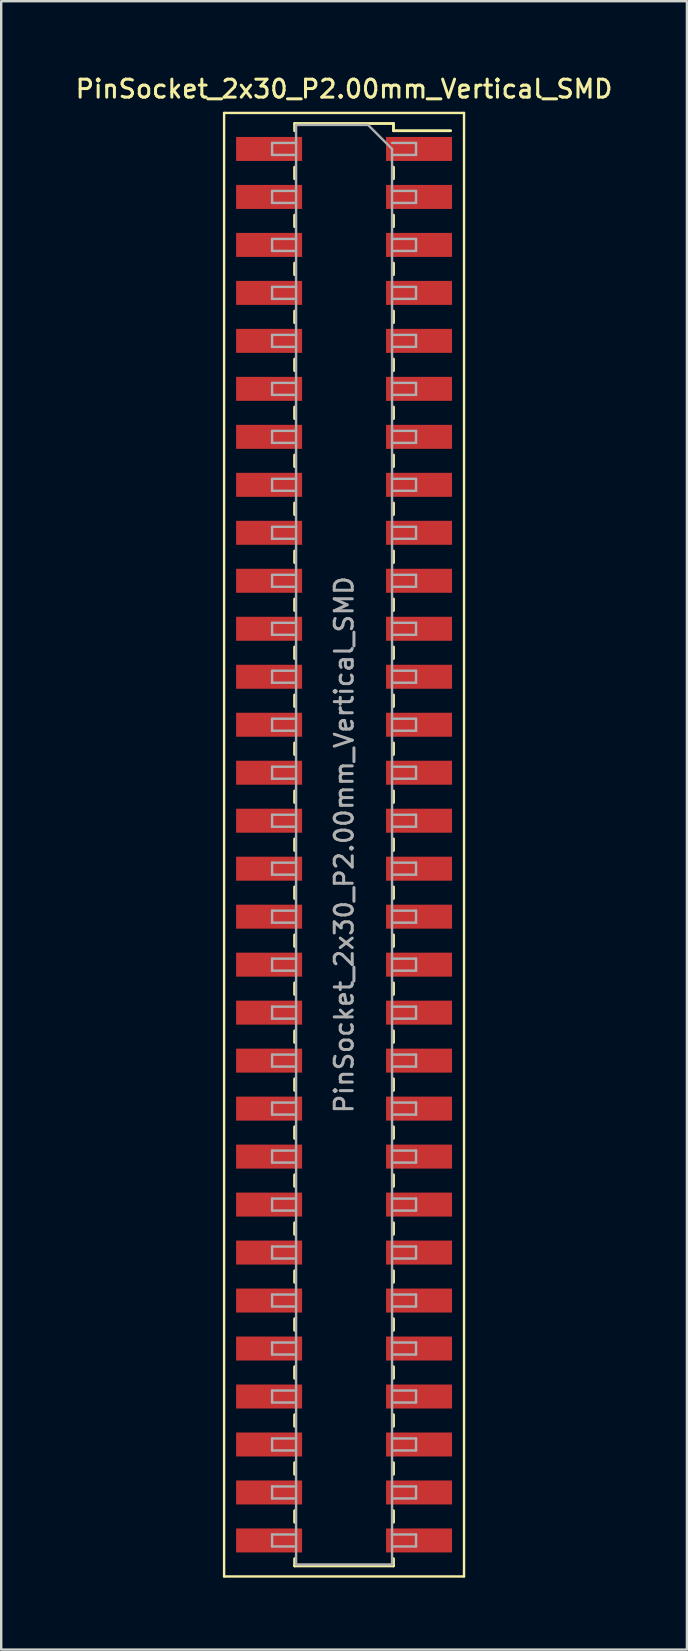
<source format=kicad_pcb>
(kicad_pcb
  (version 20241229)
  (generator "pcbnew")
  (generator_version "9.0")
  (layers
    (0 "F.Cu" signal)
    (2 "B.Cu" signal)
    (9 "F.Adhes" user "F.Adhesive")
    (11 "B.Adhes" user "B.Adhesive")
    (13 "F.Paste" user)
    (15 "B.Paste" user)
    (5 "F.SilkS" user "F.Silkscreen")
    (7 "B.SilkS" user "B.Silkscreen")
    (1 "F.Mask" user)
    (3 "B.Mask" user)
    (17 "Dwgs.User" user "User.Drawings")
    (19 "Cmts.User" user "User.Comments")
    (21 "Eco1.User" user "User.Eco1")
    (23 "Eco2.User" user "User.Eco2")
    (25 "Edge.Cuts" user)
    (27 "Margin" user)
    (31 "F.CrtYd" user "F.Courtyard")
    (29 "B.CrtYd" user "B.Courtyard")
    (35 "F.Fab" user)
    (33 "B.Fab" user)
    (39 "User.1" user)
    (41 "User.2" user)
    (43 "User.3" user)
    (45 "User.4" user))
  (footprint "PinSocket_2x30_P2.00mm_Vertical_SMD"
    (layer "F.Cu")
    (at 11.291 32.158)
    (property "Reference" "PinSocket_2x30_P2.00mm_Vertical_SMD" (at 0 -31.5 0) (layer "F.SilkS") (effects (font (size 0.75 0.75) (thickness 0.125))))
    (attr smd)
    (fp_line (start -5 -30.5) (end 5 -30.5) (stroke (width 0.1) (type solid)) (layer "F.SilkS"))
    (fp_line (start -5 30.5) (end -5 -30.5) (stroke (width 0.1) (type solid)) (layer "F.SilkS"))
    (fp_line (start -2.06 -30.06) (end -2.06 -29.76) (stroke (width 0.12) (type solid)) (layer "F.SilkS"))
    (fp_line (start -2.06 -30.06) (end 2.06 -30.06) (stroke (width 0.12) (type solid)) (layer "F.SilkS"))
    (fp_line (start -2.06 -28.24) (end -2.06 -27.76) (stroke (width 0.12) (type solid)) (layer "F.SilkS"))
    (fp_line (start -2.06 -26.24) (end -2.06 -25.76) (stroke (width 0.12) (type solid)) (layer "F.SilkS"))
    (fp_line (start -2.06 -24.24) (end -2.06 -23.76) (stroke (width 0.12) (type solid)) (layer "F.SilkS"))
    (fp_line (start -2.06 -22.24) (end -2.06 -21.76) (stroke (width 0.12) (type solid)) (layer "F.SilkS"))
    (fp_line (start -2.06 -20.24) (end -2.06 -19.76) (stroke (width 0.12) (type solid)) (layer "F.SilkS"))
    (fp_line (start -2.06 -18.24) (end -2.06 -17.76) (stroke (width 0.12) (type solid)) (layer "F.SilkS"))
    (fp_line (start -2.06 -16.24) (end -2.06 -15.76) (stroke (width 0.12) (type solid)) (layer "F.SilkS"))
    (fp_line (start -2.06 -14.24) (end -2.06 -13.76) (stroke (width 0.12) (type solid)) (layer "F.SilkS"))
    (fp_line (start -2.06 -12.24) (end -2.06 -11.76) (stroke (width 0.12) (type solid)) (layer "F.SilkS"))
    (fp_line (start -2.06 -10.24) (end -2.06 -9.76) (stroke (width 0.12) (type solid)) (layer "F.SilkS"))
    (fp_line (start -2.06 -8.24) (end -2.06 -7.76) (stroke (width 0.12) (type solid)) (layer "F.SilkS"))
    (fp_line (start -2.06 -6.24) (end -2.06 -5.76) (stroke (width 0.12) (type solid)) (layer "F.SilkS"))
    (fp_line (start -2.06 -4.24) (end -2.06 -3.76) (stroke (width 0.12) (type solid)) (layer "F.SilkS"))
    (fp_line (start -2.06 -2.24) (end -2.06 -1.76) (stroke (width 0.12) (type solid)) (layer "F.SilkS"))
    (fp_line (start -2.06 -0.24) (end -2.06 0.24) (stroke (width 0.12) (type solid)) (layer "F.SilkS"))
    (fp_line (start -2.06 1.76) (end -2.06 2.24) (stroke (width 0.12) (type solid)) (layer "F.SilkS"))
    (fp_line (start -2.06 3.76) (end -2.06 4.24) (stroke (width 0.12) (type solid)) (layer "F.SilkS"))
    (fp_line (start -2.06 5.76) (end -2.06 6.24) (stroke (width 0.12) (type solid)) (layer "F.SilkS"))
    (fp_line (start -2.06 7.76) (end -2.06 8.24) (stroke (width 0.12) (type solid)) (layer "F.SilkS"))
    (fp_line (start -2.06 9.76) (end -2.06 10.24) (stroke (width 0.12) (type solid)) (layer "F.SilkS"))
    (fp_line (start -2.06 11.76) (end -2.06 12.24) (stroke (width 0.12) (type solid)) (layer "F.SilkS"))
    (fp_line (start -2.06 13.76) (end -2.06 14.24) (stroke (width 0.12) (type solid)) (layer "F.SilkS"))
    (fp_line (start -2.06 15.76) (end -2.06 16.24) (stroke (width 0.12) (type solid)) (layer "F.SilkS"))
    (fp_line (start -2.06 17.76) (end -2.06 18.24) (stroke (width 0.12) (type solid)) (layer "F.SilkS"))
    (fp_line (start -2.06 19.76) (end -2.06 20.24) (stroke (width 0.12) (type solid)) (layer "F.SilkS"))
    (fp_line (start -2.06 21.76) (end -2.06 22.24) (stroke (width 0.12) (type solid)) (layer "F.SilkS"))
    (fp_line (start -2.06 23.76) (end -2.06 24.24) (stroke (width 0.12) (type solid)) (layer "F.SilkS"))
    (fp_line (start -2.06 25.76) (end -2.06 26.24) (stroke (width 0.12) (type solid)) (layer "F.SilkS"))
    (fp_line (start -2.06 27.76) (end -2.06 28.24) (stroke (width 0.12) (type solid)) (layer "F.SilkS"))
    (fp_line (start -2.06 29.76) (end -2.06 30.06) (stroke (width 0.12) (type solid)) (layer "F.SilkS"))
    (fp_line (start -2.06 30.06) (end 2.06 30.06) (stroke (width 0.12) (type solid)) (layer "F.SilkS"))
    (fp_line (start 2.06 -30.06) (end 2.06 -29.76) (stroke (width 0.12) (type solid)) (layer "F.SilkS"))
    (fp_line (start 2.06 -29.76) (end 4.44 -29.76) (stroke (width 0.12) (type solid)) (layer "F.SilkS"))
    (fp_line (start 2.06 -28.24) (end 2.06 -27.76) (stroke (width 0.12) (type solid)) (layer "F.SilkS"))
    (fp_line (start 2.06 -26.24) (end 2.06 -25.76) (stroke (width 0.12) (type solid)) (layer "F.SilkS"))
    (fp_line (start 2.06 -24.24) (end 2.06 -23.76) (stroke (width 0.12) (type solid)) (layer "F.SilkS"))
    (fp_line (start 2.06 -22.24) (end 2.06 -21.76) (stroke (width 0.12) (type solid)) (layer "F.SilkS"))
    (fp_line (start 2.06 -20.24) (end 2.06 -19.76) (stroke (width 0.12) (type solid)) (layer "F.SilkS"))
    (fp_line (start 2.06 -18.24) (end 2.06 -17.76) (stroke (width 0.12) (type solid)) (layer "F.SilkS"))
    (fp_line (start 2.06 -16.24) (end 2.06 -15.76) (stroke (width 0.12) (type solid)) (layer "F.SilkS"))
    (fp_line (start 2.06 -14.24) (end 2.06 -13.76) (stroke (width 0.12) (type solid)) (layer "F.SilkS"))
    (fp_line (start 2.06 -12.24) (end 2.06 -11.76) (stroke (width 0.12) (type solid)) (layer "F.SilkS"))
    (fp_line (start 2.06 -10.24) (end 2.06 -9.76) (stroke (width 0.12) (type solid)) (layer "F.SilkS"))
    (fp_line (start 2.06 -8.24) (end 2.06 -7.76) (stroke (width 0.12) (type solid)) (layer "F.SilkS"))
    (fp_line (start 2.06 -6.24) (end 2.06 -5.76) (stroke (width 0.12) (type solid)) (layer "F.SilkS"))
    (fp_line (start 2.06 -4.24) (end 2.06 -3.76) (stroke (width 0.12) (type solid)) (layer "F.SilkS"))
    (fp_line (start 2.06 -2.24) (end 2.06 -1.76) (stroke (width 0.12) (type solid)) (layer "F.SilkS"))
    (fp_line (start 2.06 -0.24) (end 2.06 0.24) (stroke (width 0.12) (type solid)) (layer "F.SilkS"))
    (fp_line (start 2.06 1.76) (end 2.06 2.24) (stroke (width 0.12) (type solid)) (layer "F.SilkS"))
    (fp_line (start 2.06 3.76) (end 2.06 4.24) (stroke (width 0.12) (type solid)) (layer "F.SilkS"))
    (fp_line (start 2.06 5.76) (end 2.06 6.24) (stroke (width 0.12) (type solid)) (layer "F.SilkS"))
    (fp_line (start 2.06 7.76) (end 2.06 8.24) (stroke (width 0.12) (type solid)) (layer "F.SilkS"))
    (fp_line (start 2.06 9.76) (end 2.06 10.24) (stroke (width 0.12) (type solid)) (layer "F.SilkS"))
    (fp_line (start 2.06 11.76) (end 2.06 12.24) (stroke (width 0.12) (type solid)) (layer "F.SilkS"))
    (fp_line (start 2.06 13.76) (end 2.06 14.24) (stroke (width 0.12) (type solid)) (layer "F.SilkS"))
    (fp_line (start 2.06 15.76) (end 2.06 16.24) (stroke (width 0.12) (type solid)) (layer "F.SilkS"))
    (fp_line (start 2.06 17.76) (end 2.06 18.24) (stroke (width 0.12) (type solid)) (layer "F.SilkS"))
    (fp_line (start 2.06 19.76) (end 2.06 20.24) (stroke (width 0.12) (type solid)) (layer "F.SilkS"))
    (fp_line (start 2.06 21.76) (end 2.06 22.24) (stroke (width 0.12) (type solid)) (layer "F.SilkS"))
    (fp_line (start 2.06 23.76) (end 2.06 24.24) (stroke (width 0.12) (type solid)) (layer "F.SilkS"))
    (fp_line (start 2.06 25.76) (end 2.06 26.24) (stroke (width 0.12) (type solid)) (layer "F.SilkS"))
    (fp_line (start 2.06 27.76) (end 2.06 28.24) (stroke (width 0.12) (type solid)) (layer "F.SilkS"))
    (fp_line (start 2.06 29.76) (end 2.06 30.06) (stroke (width 0.12) (type solid)) (layer "F.SilkS"))
    (fp_line (start 5 -30.5) (end 5 30.5) (stroke (width 0.1) (type solid)) (layer "F.SilkS"))
    (fp_line (start 5 30.5) (end -5 30.5) (stroke (width 0.1) (type solid)) (layer "F.SilkS"))
    (fp_line (start -3 -29.25) (end -2 -29.25) (stroke (width 0.1) (type solid)) (layer "F.Fab"))
    (fp_line (start -3 -28.75) (end -3 -29.25) (stroke (width 0.1) (type solid)) (layer "F.Fab"))
    (fp_line (start -3 -27.25) (end -2 -27.25) (stroke (width 0.1) (type solid)) (layer "F.Fab"))
    (fp_line (start -3 -26.75) (end -3 -27.25) (stroke (width 0.1) (type solid)) (layer "F.Fab"))
    (fp_line (start -3 -25.25) (end -2 -25.25) (stroke (width 0.1) (type solid)) (layer "F.Fab"))
    (fp_line (start -3 -24.75) (end -3 -25.25) (stroke (width 0.1) (type solid)) (layer "F.Fab"))
    (fp_line (start -3 -23.25) (end -2 -23.25) (stroke (width 0.1) (type solid)) (layer "F.Fab"))
    (fp_line (start -3 -22.75) (end -3 -23.25) (stroke (width 0.1) (type solid)) (layer "F.Fab"))
    (fp_line (start -3 -21.25) (end -2 -21.25) (stroke (width 0.1) (type solid)) (layer "F.Fab"))
    (fp_line (start -3 -20.75) (end -3 -21.25) (stroke (width 0.1) (type solid)) (layer "F.Fab"))
    (fp_line (start -3 -19.25) (end -2 -19.25) (stroke (width 0.1) (type solid)) (layer "F.Fab"))
    (fp_line (start -3 -18.75) (end -3 -19.25) (stroke (width 0.1) (type solid)) (layer "F.Fab"))
    (fp_line (start -3 -17.25) (end -2 -17.25) (stroke (width 0.1) (type solid)) (layer "F.Fab"))
    (fp_line (start -3 -16.75) (end -3 -17.25) (stroke (width 0.1) (type solid)) (layer "F.Fab"))
    (fp_line (start -3 -15.25) (end -2 -15.25) (stroke (width 0.1) (type solid)) (layer "F.Fab"))
    (fp_line (start -3 -14.75) (end -3 -15.25) (stroke (width 0.1) (type solid)) (layer "F.Fab"))
    (fp_line (start -3 -13.25) (end -2 -13.25) (stroke (width 0.1) (type solid)) (layer "F.Fab"))
    (fp_line (start -3 -12.75) (end -3 -13.25) (stroke (width 0.1) (type solid)) (layer "F.Fab"))
    (fp_line (start -3 -11.25) (end -2 -11.25) (stroke (width 0.1) (type solid)) (layer "F.Fab"))
    (fp_line (start -3 -10.75) (end -3 -11.25) (stroke (width 0.1) (type solid)) (layer "F.Fab"))
    (fp_line (start -3 -9.25) (end -2 -9.25) (stroke (width 0.1) (type solid)) (layer "F.Fab"))
    (fp_line (start -3 -8.75) (end -3 -9.25) (stroke (width 0.1) (type solid)) (layer "F.Fab"))
    (fp_line (start -3 -7.25) (end -2 -7.25) (stroke (width 0.1) (type solid)) (layer "F.Fab"))
    (fp_line (start -3 -6.75) (end -3 -7.25) (stroke (width 0.1) (type solid)) (layer "F.Fab"))
    (fp_line (start -3 -5.25) (end -2 -5.25) (stroke (width 0.1) (type solid)) (layer "F.Fab"))
    (fp_line (start -3 -4.75) (end -3 -5.25) (stroke (width 0.1) (type solid)) (layer "F.Fab"))
    (fp_line (start -3 -3.25) (end -2 -3.25) (stroke (width 0.1) (type solid)) (layer "F.Fab"))
    (fp_line (start -3 -2.75) (end -3 -3.25) (stroke (width 0.1) (type solid)) (layer "F.Fab"))
    (fp_line (start -3 -1.25) (end -2 -1.25) (stroke (width 0.1) (type solid)) (layer "F.Fab"))
    (fp_line (start -3 -0.75) (end -3 -1.25) (stroke (width 0.1) (type solid)) (layer "F.Fab"))
    (fp_line (start -3 0.75) (end -2 0.75) (stroke (width 0.1) (type solid)) (layer "F.Fab"))
    (fp_line (start -3 1.25) (end -3 0.75) (stroke (width 0.1) (type solid)) (layer "F.Fab"))
    (fp_line (start -3 2.75) (end -2 2.75) (stroke (width 0.1) (type solid)) (layer "F.Fab"))
    (fp_line (start -3 3.25) (end -3 2.75) (stroke (width 0.1) (type solid)) (layer "F.Fab"))
    (fp_line (start -3 4.75) (end -2 4.75) (stroke (width 0.1) (type solid)) (layer "F.Fab"))
    (fp_line (start -3 5.25) (end -3 4.75) (stroke (width 0.1) (type solid)) (layer "F.Fab"))
    (fp_line (start -3 6.75) (end -2 6.75) (stroke (width 0.1) (type solid)) (layer "F.Fab"))
    (fp_line (start -3 7.25) (end -3 6.75) (stroke (width 0.1) (type solid)) (layer "F.Fab"))
    (fp_line (start -3 8.75) (end -2 8.75) (stroke (width 0.1) (type solid)) (layer "F.Fab"))
    (fp_line (start -3 9.25) (end -3 8.75) (stroke (width 0.1) (type solid)) (layer "F.Fab"))
    (fp_line (start -3 10.75) (end -2 10.75) (stroke (width 0.1) (type solid)) (layer "F.Fab"))
    (fp_line (start -3 11.25) (end -3 10.75) (stroke (width 0.1) (type solid)) (layer "F.Fab"))
    (fp_line (start -3 12.75) (end -2 12.75) (stroke (width 0.1) (type solid)) (layer "F.Fab"))
    (fp_line (start -3 13.25) (end -3 12.75) (stroke (width 0.1) (type solid)) (layer "F.Fab"))
    (fp_line (start -3 14.75) (end -2 14.75) (stroke (width 0.1) (type solid)) (layer "F.Fab"))
    (fp_line (start -3 15.25) (end -3 14.75) (stroke (width 0.1) (type solid)) (layer "F.Fab"))
    (fp_line (start -3 16.75) (end -2 16.75) (stroke (width 0.1) (type solid)) (layer "F.Fab"))
    (fp_line (start -3 17.25) (end -3 16.75) (stroke (width 0.1) (type solid)) (layer "F.Fab"))
    (fp_line (start -3 18.75) (end -2 18.75) (stroke (width 0.1) (type solid)) (layer "F.Fab"))
    (fp_line (start -3 19.25) (end -3 18.75) (stroke (width 0.1) (type solid)) (layer "F.Fab"))
    (fp_line (start -3 20.75) (end -2 20.75) (stroke (width 0.1) (type solid)) (layer "F.Fab"))
    (fp_line (start -3 21.25) (end -3 20.75) (stroke (width 0.1) (type solid)) (layer "F.Fab"))
    (fp_line (start -3 22.75) (end -2 22.75) (stroke (width 0.1) (type solid)) (layer "F.Fab"))
    (fp_line (start -3 23.25) (end -3 22.75) (stroke (width 0.1) (type solid)) (layer "F.Fab"))
    (fp_line (start -3 24.75) (end -2 24.75) (stroke (width 0.1) (type solid)) (layer "F.Fab"))
    (fp_line (start -3 25.25) (end -3 24.75) (stroke (width 0.1) (type solid)) (layer "F.Fab"))
    (fp_line (start -3 26.75) (end -2 26.75) (stroke (width 0.1) (type solid)) (layer "F.Fab"))
    (fp_line (start -3 27.25) (end -3 26.75) (stroke (width 0.1) (type solid)) (layer "F.Fab"))
    (fp_line (start -3 28.75) (end -2 28.75) (stroke (width 0.1) (type solid)) (layer "F.Fab"))
    (fp_line (start -3 29.25) (end -3 28.75) (stroke (width 0.1) (type solid)) (layer "F.Fab"))
    (fp_line (start -2 -30) (end 1 -30) (stroke (width 0.1) (type solid)) (layer "F.Fab"))
    (fp_line (start -2 -28.75) (end -3 -28.75) (stroke (width 0.1) (type solid)) (layer "F.Fab"))
    (fp_line (start -2 -26.75) (end -3 -26.75) (stroke (width 0.1) (type solid)) (layer "F.Fab"))
    (fp_line (start -2 -24.75) (end -3 -24.75) (stroke (width 0.1) (type solid)) (layer "F.Fab"))
    (fp_line (start -2 -22.75) (end -3 -22.75) (stroke (width 0.1) (type solid)) (layer "F.Fab"))
    (fp_line (start -2 -20.75) (end -3 -20.75) (stroke (width 0.1) (type solid)) (layer "F.Fab"))
    (fp_line (start -2 -18.75) (end -3 -18.75) (stroke (width 0.1) (type solid)) (layer "F.Fab"))
    (fp_line (start -2 -16.75) (end -3 -16.75) (stroke (width 0.1) (type solid)) (layer "F.Fab"))
    (fp_line (start -2 -14.75) (end -3 -14.75) (stroke (width 0.1) (type solid)) (layer "F.Fab"))
    (fp_line (start -2 -12.75) (end -3 -12.75) (stroke (width 0.1) (type solid)) (layer "F.Fab"))
    (fp_line (start -2 -10.75) (end -3 -10.75) (stroke (width 0.1) (type solid)) (layer "F.Fab"))
    (fp_line (start -2 -8.75) (end -3 -8.75) (stroke (width 0.1) (type solid)) (layer "F.Fab"))
    (fp_line (start -2 -6.75) (end -3 -6.75) (stroke (width 0.1) (type solid)) (layer "F.Fab"))
    (fp_line (start -2 -4.75) (end -3 -4.75) (stroke (width 0.1) (type solid)) (layer "F.Fab"))
    (fp_line (start -2 -2.75) (end -3 -2.75) (stroke (width 0.1) (type solid)) (layer "F.Fab"))
    (fp_line (start -2 -0.75) (end -3 -0.75) (stroke (width 0.1) (type solid)) (layer "F.Fab"))
    (fp_line (start -2 1.25) (end -3 1.25) (stroke (width 0.1) (type solid)) (layer "F.Fab"))
    (fp_line (start -2 3.25) (end -3 3.25) (stroke (width 0.1) (type solid)) (layer "F.Fab"))
    (fp_line (start -2 5.25) (end -3 5.25) (stroke (width 0.1) (type solid)) (layer "F.Fab"))
    (fp_line (start -2 7.25) (end -3 7.25) (stroke (width 0.1) (type solid)) (layer "F.Fab"))
    (fp_line (start -2 9.25) (end -3 9.25) (stroke (width 0.1) (type solid)) (layer "F.Fab"))
    (fp_line (start -2 11.25) (end -3 11.25) (stroke (width 0.1) (type solid)) (layer "F.Fab"))
    (fp_line (start -2 13.25) (end -3 13.25) (stroke (width 0.1) (type solid)) (layer "F.Fab"))
    (fp_line (start -2 15.25) (end -3 15.25) (stroke (width 0.1) (type solid)) (layer "F.Fab"))
    (fp_line (start -2 17.25) (end -3 17.25) (stroke (width 0.1) (type solid)) (layer "F.Fab"))
    (fp_line (start -2 19.25) (end -3 19.25) (stroke (width 0.1) (type solid)) (layer "F.Fab"))
    (fp_line (start -2 21.25) (end -3 21.25) (stroke (width 0.1) (type solid)) (layer "F.Fab"))
    (fp_line (start -2 23.25) (end -3 23.25) (stroke (width 0.1) (type solid)) (layer "F.Fab"))
    (fp_line (start -2 25.25) (end -3 25.25) (stroke (width 0.1) (type solid)) (layer "F.Fab"))
    (fp_line (start -2 27.25) (end -3 27.25) (stroke (width 0.1) (type solid)) (layer "F.Fab"))
    (fp_line (start -2 29.25) (end -3 29.25) (stroke (width 0.1) (type solid)) (layer "F.Fab"))
    (fp_line (start -2 30) (end -2 -30) (stroke (width 0.1) (type solid)) (layer "F.Fab"))
    (fp_line (start 1 -30) (end 2 -29) (stroke (width 0.1) (type solid)) (layer "F.Fab"))
    (fp_line (start 2 -29.25) (end 3 -29.25) (stroke (width 0.1) (type solid)) (layer "F.Fab"))
    (fp_line (start 2 -29) (end 2 30) (stroke (width 0.1) (type solid)) (layer "F.Fab"))
    (fp_line (start 2 -27.25) (end 3 -27.25) (stroke (width 0.1) (type solid)) (layer "F.Fab"))
    (fp_line (start 2 -25.25) (end 3 -25.25) (stroke (width 0.1) (type solid)) (layer "F.Fab"))
    (fp_line (start 2 -23.25) (end 3 -23.25) (stroke (width 0.1) (type solid)) (layer "F.Fab"))
    (fp_line (start 2 -21.25) (end 3 -21.25) (stroke (width 0.1) (type solid)) (layer "F.Fab"))
    (fp_line (start 2 -19.25) (end 3 -19.25) (stroke (width 0.1) (type solid)) (layer "F.Fab"))
    (fp_line (start 2 -17.25) (end 3 -17.25) (stroke (width 0.1) (type solid)) (layer "F.Fab"))
    (fp_line (start 2 -15.25) (end 3 -15.25) (stroke (width 0.1) (type solid)) (layer "F.Fab"))
    (fp_line (start 2 -13.25) (end 3 -13.25) (stroke (width 0.1) (type solid)) (layer "F.Fab"))
    (fp_line (start 2 -11.25) (end 3 -11.25) (stroke (width 0.1) (type solid)) (layer "F.Fab"))
    (fp_line (start 2 -9.25) (end 3 -9.25) (stroke (width 0.1) (type solid)) (layer "F.Fab"))
    (fp_line (start 2 -7.25) (end 3 -7.25) (stroke (width 0.1) (type solid)) (layer "F.Fab"))
    (fp_line (start 2 -5.25) (end 3 -5.25) (stroke (width 0.1) (type solid)) (layer "F.Fab"))
    (fp_line (start 2 -3.25) (end 3 -3.25) (stroke (width 0.1) (type solid)) (layer "F.Fab"))
    (fp_line (start 2 -1.25) (end 3 -1.25) (stroke (width 0.1) (type solid)) (layer "F.Fab"))
    (fp_line (start 2 0.75) (end 3 0.75) (stroke (width 0.1) (type solid)) (layer "F.Fab"))
    (fp_line (start 2 2.75) (end 3 2.75) (stroke (width 0.1) (type solid)) (layer "F.Fab"))
    (fp_line (start 2 4.75) (end 3 4.75) (stroke (width 0.1) (type solid)) (layer "F.Fab"))
    (fp_line (start 2 6.75) (end 3 6.75) (stroke (width 0.1) (type solid)) (layer "F.Fab"))
    (fp_line (start 2 8.75) (end 3 8.75) (stroke (width 0.1) (type solid)) (layer "F.Fab"))
    (fp_line (start 2 10.75) (end 3 10.75) (stroke (width 0.1) (type solid)) (layer "F.Fab"))
    (fp_line (start 2 12.75) (end 3 12.75) (stroke (width 0.1) (type solid)) (layer "F.Fab"))
    (fp_line (start 2 14.75) (end 3 14.75) (stroke (width 0.1) (type solid)) (layer "F.Fab"))
    (fp_line (start 2 16.75) (end 3 16.75) (stroke (width 0.1) (type solid)) (layer "F.Fab"))
    (fp_line (start 2 18.75) (end 3 18.75) (stroke (width 0.1) (type solid)) (layer "F.Fab"))
    (fp_line (start 2 20.75) (end 3 20.75) (stroke (width 0.1) (type solid)) (layer "F.Fab"))
    (fp_line (start 2 22.75) (end 3 22.75) (stroke (width 0.1) (type solid)) (layer "F.Fab"))
    (fp_line (start 2 24.75) (end 3 24.75) (stroke (width 0.1) (type solid)) (layer "F.Fab"))
    (fp_line (start 2 26.75) (end 3 26.75) (stroke (width 0.1) (type solid)) (layer "F.Fab"))
    (fp_line (start 2 28.75) (end 3 28.75) (stroke (width 0.1) (type solid)) (layer "F.Fab"))
    (fp_line (start 2 30) (end -2 30) (stroke (width 0.1) (type solid)) (layer "F.Fab"))
    (fp_line (start 3 -29.25) (end 3 -28.75) (stroke (width 0.1) (type solid)) (layer "F.Fab"))
    (fp_line (start 3 -28.75) (end 2 -28.75) (stroke (width 0.1) (type solid)) (layer "F.Fab"))
    (fp_line (start 3 -27.25) (end 3 -26.75) (stroke (width 0.1) (type solid)) (layer "F.Fab"))
    (fp_line (start 3 -26.75) (end 2 -26.75) (stroke (width 0.1) (type solid)) (layer "F.Fab"))
    (fp_line (start 3 -25.25) (end 3 -24.75) (stroke (width 0.1) (type solid)) (layer "F.Fab"))
    (fp_line (start 3 -24.75) (end 2 -24.75) (stroke (width 0.1) (type solid)) (layer "F.Fab"))
    (fp_line (start 3 -23.25) (end 3 -22.75) (stroke (width 0.1) (type solid)) (layer "F.Fab"))
    (fp_line (start 3 -22.75) (end 2 -22.75) (stroke (width 0.1) (type solid)) (layer "F.Fab"))
    (fp_line (start 3 -21.25) (end 3 -20.75) (stroke (width 0.1) (type solid)) (layer "F.Fab"))
    (fp_line (start 3 -20.75) (end 2 -20.75) (stroke (width 0.1) (type solid)) (layer "F.Fab"))
    (fp_line (start 3 -19.25) (end 3 -18.75) (stroke (width 0.1) (type solid)) (layer "F.Fab"))
    (fp_line (start 3 -18.75) (end 2 -18.75) (stroke (width 0.1) (type solid)) (layer "F.Fab"))
    (fp_line (start 3 -17.25) (end 3 -16.75) (stroke (width 0.1) (type solid)) (layer "F.Fab"))
    (fp_line (start 3 -16.75) (end 2 -16.75) (stroke (width 0.1) (type solid)) (layer "F.Fab"))
    (fp_line (start 3 -15.25) (end 3 -14.75) (stroke (width 0.1) (type solid)) (layer "F.Fab"))
    (fp_line (start 3 -14.75) (end 2 -14.75) (stroke (width 0.1) (type solid)) (layer "F.Fab"))
    (fp_line (start 3 -13.25) (end 3 -12.75) (stroke (width 0.1) (type solid)) (layer "F.Fab"))
    (fp_line (start 3 -12.75) (end 2 -12.75) (stroke (width 0.1) (type solid)) (layer "F.Fab"))
    (fp_line (start 3 -11.25) (end 3 -10.75) (stroke (width 0.1) (type solid)) (layer "F.Fab"))
    (fp_line (start 3 -10.75) (end 2 -10.75) (stroke (width 0.1) (type solid)) (layer "F.Fab"))
    (fp_line (start 3 -9.25) (end 3 -8.75) (stroke (width 0.1) (type solid)) (layer "F.Fab"))
    (fp_line (start 3 -8.75) (end 2 -8.75) (stroke (width 0.1) (type solid)) (layer "F.Fab"))
    (fp_line (start 3 -7.25) (end 3 -6.75) (stroke (width 0.1) (type solid)) (layer "F.Fab"))
    (fp_line (start 3 -6.75) (end 2 -6.75) (stroke (width 0.1) (type solid)) (layer "F.Fab"))
    (fp_line (start 3 -5.25) (end 3 -4.75) (stroke (width 0.1) (type solid)) (layer "F.Fab"))
    (fp_line (start 3 -4.75) (end 2 -4.75) (stroke (width 0.1) (type solid)) (layer "F.Fab"))
    (fp_line (start 3 -3.25) (end 3 -2.75) (stroke (width 0.1) (type solid)) (layer "F.Fab"))
    (fp_line (start 3 -2.75) (end 2 -2.75) (stroke (width 0.1) (type solid)) (layer "F.Fab"))
    (fp_line (start 3 -1.25) (end 3 -0.75) (stroke (width 0.1) (type solid)) (layer "F.Fab"))
    (fp_line (start 3 -0.75) (end 2 -0.75) (stroke (width 0.1) (type solid)) (layer "F.Fab"))
    (fp_line (start 3 0.75) (end 3 1.25) (stroke (width 0.1) (type solid)) (layer "F.Fab"))
    (fp_line (start 3 1.25) (end 2 1.25) (stroke (width 0.1) (type solid)) (layer "F.Fab"))
    (fp_line (start 3 2.75) (end 3 3.25) (stroke (width 0.1) (type solid)) (layer "F.Fab"))
    (fp_line (start 3 3.25) (end 2 3.25) (stroke (width 0.1) (type solid)) (layer "F.Fab"))
    (fp_line (start 3 4.75) (end 3 5.25) (stroke (width 0.1) (type solid)) (layer "F.Fab"))
    (fp_line (start 3 5.25) (end 2 5.25) (stroke (width 0.1) (type solid)) (layer "F.Fab"))
    (fp_line (start 3 6.75) (end 3 7.25) (stroke (width 0.1) (type solid)) (layer "F.Fab"))
    (fp_line (start 3 7.25) (end 2 7.25) (stroke (width 0.1) (type solid)) (layer "F.Fab"))
    (fp_line (start 3 8.75) (end 3 9.25) (stroke (width 0.1) (type solid)) (layer "F.Fab"))
    (fp_line (start 3 9.25) (end 2 9.25) (stroke (width 0.1) (type solid)) (layer "F.Fab"))
    (fp_line (start 3 10.75) (end 3 11.25) (stroke (width 0.1) (type solid)) (layer "F.Fab"))
    (fp_line (start 3 11.25) (end 2 11.25) (stroke (width 0.1) (type solid)) (layer "F.Fab"))
    (fp_line (start 3 12.75) (end 3 13.25) (stroke (width 0.1) (type solid)) (layer "F.Fab"))
    (fp_line (start 3 13.25) (end 2 13.25) (stroke (width 0.1) (type solid)) (layer "F.Fab"))
    (fp_line (start 3 14.75) (end 3 15.25) (stroke (width 0.1) (type solid)) (layer "F.Fab"))
    (fp_line (start 3 15.25) (end 2 15.25) (stroke (width 0.1) (type solid)) (layer "F.Fab"))
    (fp_line (start 3 16.75) (end 3 17.25) (stroke (width 0.1) (type solid)) (layer "F.Fab"))
    (fp_line (start 3 17.25) (end 2 17.25) (stroke (width 0.1) (type solid)) (layer "F.Fab"))
    (fp_line (start 3 18.75) (end 3 19.25) (stroke (width 0.1) (type solid)) (layer "F.Fab"))
    (fp_line (start 3 19.25) (end 2 19.25) (stroke (width 0.1) (type solid)) (layer "F.Fab"))
    (fp_line (start 3 20.75) (end 3 21.25) (stroke (width 0.1) (type solid)) (layer "F.Fab"))
    (fp_line (start 3 21.25) (end 2 21.25) (stroke (width 0.1) (type solid)) (layer "F.Fab"))
    (fp_line (start 3 22.75) (end 3 23.25) (stroke (width 0.1) (type solid)) (layer "F.Fab"))
    (fp_line (start 3 23.25) (end 2 23.25) (stroke (width 0.1) (type solid)) (layer "F.Fab"))
    (fp_line (start 3 24.75) (end 3 25.25) (stroke (width 0.1) (type solid)) (layer "F.Fab"))
    (fp_line (start 3 25.25) (end 2 25.25) (stroke (width 0.1) (type solid)) (layer "F.Fab"))
    (fp_line (start 3 26.75) (end 3 27.25) (stroke (width 0.1) (type solid)) (layer "F.Fab"))
    (fp_line (start 3 27.25) (end 2 27.25) (stroke (width 0.1) (type solid)) (layer "F.Fab"))
    (fp_line (start 3 28.75) (end 3 29.25) (stroke (width 0.1) (type solid)) (layer "F.Fab"))
    (fp_line (start 3 29.25) (end 2 29.25) (stroke (width 0.1) (type solid)) (layer "F.Fab"))
    (fp_text user "${REFERENCE}" (at 0 0 90) (layer "F.Fab") (effects (font (size 0.75 0.75) (thickness 0.125))))
    (pad "1" smd rect (at 3.125 -29) (size 2.75 1) (layers "F.Cu" "F.Mask" "F.Paste"))
    (pad "2" smd rect (at -3.125 -29) (size 2.75 1) (layers "F.Cu" "F.Mask" "F.Paste"))
    (pad "3" smd rect (at 3.125 -27) (size 2.75 1) (layers "F.Cu" "F.Mask" "F.Paste"))
    (pad "4" smd rect (at -3.125 -27) (size 2.75 1) (layers "F.Cu" "F.Mask" "F.Paste"))
    (pad "5" smd rect (at 3.125 -25) (size 2.75 1) (layers "F.Cu" "F.Mask" "F.Paste"))
    (pad "6" smd rect (at -3.125 -25) (size 2.75 1) (layers "F.Cu" "F.Mask" "F.Paste"))
    (pad "7" smd rect (at 3.125 -23) (size 2.75 1) (layers "F.Cu" "F.Mask" "F.Paste"))
    (pad "8" smd rect (at -3.125 -23) (size 2.75 1) (layers "F.Cu" "F.Mask" "F.Paste"))
    (pad "9" smd rect (at 3.125 -21) (size 2.75 1) (layers "F.Cu" "F.Mask" "F.Paste"))
    (pad "10" smd rect (at -3.125 -21) (size 2.75 1) (layers "F.Cu" "F.Mask" "F.Paste"))
    (pad "11" smd rect (at 3.125 -19) (size 2.75 1) (layers "F.Cu" "F.Mask" "F.Paste"))
    (pad "12" smd rect (at -3.125 -19) (size 2.75 1) (layers "F.Cu" "F.Mask" "F.Paste"))
    (pad "13" smd rect (at 3.125 -17) (size 2.75 1) (layers "F.Cu" "F.Mask" "F.Paste"))
    (pad "14" smd rect (at -3.125 -17) (size 2.75 1) (layers "F.Cu" "F.Mask" "F.Paste"))
    (pad "15" smd rect (at 3.125 -15) (size 2.75 1) (layers "F.Cu" "F.Mask" "F.Paste"))
    (pad "16" smd rect (at -3.125 -15) (size 2.75 1) (layers "F.Cu" "F.Mask" "F.Paste"))
    (pad "17" smd rect (at 3.125 -13) (size 2.75 1) (layers "F.Cu" "F.Mask" "F.Paste"))
    (pad "18" smd rect (at -3.125 -13) (size 2.75 1) (layers "F.Cu" "F.Mask" "F.Paste"))
    (pad "19" smd rect (at 3.125 -11) (size 2.75 1) (layers "F.Cu" "F.Mask" "F.Paste"))
    (pad "20" smd rect (at -3.125 -11) (size 2.75 1) (layers "F.Cu" "F.Mask" "F.Paste"))
    (pad "21" smd rect (at 3.125 -9) (size 2.75 1) (layers "F.Cu" "F.Mask" "F.Paste"))
    (pad "22" smd rect (at -3.125 -9) (size 2.75 1) (layers "F.Cu" "F.Mask" "F.Paste"))
    (pad "23" smd rect (at 3.125 -7) (size 2.75 1) (layers "F.Cu" "F.Mask" "F.Paste"))
    (pad "24" smd rect (at -3.125 -7) (size 2.75 1) (layers "F.Cu" "F.Mask" "F.Paste"))
    (pad "25" smd rect (at 3.125 -5) (size 2.75 1) (layers "F.Cu" "F.Mask" "F.Paste"))
    (pad "26" smd rect (at -3.125 -5) (size 2.75 1) (layers "F.Cu" "F.Mask" "F.Paste"))
    (pad "27" smd rect (at 3.125 -3) (size 2.75 1) (layers "F.Cu" "F.Mask" "F.Paste"))
    (pad "28" smd rect (at -3.125 -3) (size 2.75 1) (layers "F.Cu" "F.Mask" "F.Paste"))
    (pad "29" smd rect (at 3.125 -1) (size 2.75 1) (layers "F.Cu" "F.Mask" "F.Paste"))
    (pad "30" smd rect (at -3.125 -1) (size 2.75 1) (layers "F.Cu" "F.Mask" "F.Paste"))
    (pad "31" smd rect (at 3.125 1) (size 2.75 1) (layers "F.Cu" "F.Mask" "F.Paste"))
    (pad "32" smd rect (at -3.125 1) (size 2.75 1) (layers "F.Cu" "F.Mask" "F.Paste"))
    (pad "33" smd rect (at 3.125 3) (size 2.75 1) (layers "F.Cu" "F.Mask" "F.Paste"))
    (pad "34" smd rect (at -3.125 3) (size 2.75 1) (layers "F.Cu" "F.Mask" "F.Paste"))
    (pad "35" smd rect (at 3.125 5) (size 2.75 1) (layers "F.Cu" "F.Mask" "F.Paste"))
    (pad "36" smd rect (at -3.125 5) (size 2.75 1) (layers "F.Cu" "F.Mask" "F.Paste"))
    (pad "37" smd rect (at 3.125 7) (size 2.75 1) (layers "F.Cu" "F.Mask" "F.Paste"))
    (pad "38" smd rect (at -3.125 7) (size 2.75 1) (layers "F.Cu" "F.Mask" "F.Paste"))
    (pad "39" smd rect (at 3.125 9) (size 2.75 1) (layers "F.Cu" "F.Mask" "F.Paste"))
    (pad "40" smd rect (at -3.125 9) (size 2.75 1) (layers "F.Cu" "F.Mask" "F.Paste"))
    (pad "41" smd rect (at 3.125 11) (size 2.75 1) (layers "F.Cu" "F.Mask" "F.Paste"))
    (pad "42" smd rect (at -3.125 11) (size 2.75 1) (layers "F.Cu" "F.Mask" "F.Paste"))
    (pad "43" smd rect (at 3.125 13) (size 2.75 1) (layers "F.Cu" "F.Mask" "F.Paste"))
    (pad "44" smd rect (at -3.125 13) (size 2.75 1) (layers "F.Cu" "F.Mask" "F.Paste"))
    (pad "45" smd rect (at 3.125 15) (size 2.75 1) (layers "F.Cu" "F.Mask" "F.Paste"))
    (pad "46" smd rect (at -3.125 15) (size 2.75 1) (layers "F.Cu" "F.Mask" "F.Paste"))
    (pad "47" smd rect (at 3.125 17) (size 2.75 1) (layers "F.Cu" "F.Mask" "F.Paste"))
    (pad "48" smd rect (at -3.125 17) (size 2.75 1) (layers "F.Cu" "F.Mask" "F.Paste"))
    (pad "49" smd rect (at 3.125 19) (size 2.75 1) (layers "F.Cu" "F.Mask" "F.Paste"))
    (pad "50" smd rect (at -3.125 19) (size 2.75 1) (layers "F.Cu" "F.Mask" "F.Paste"))
    (pad "51" smd rect (at 3.125 21) (size 2.75 1) (layers "F.Cu" "F.Mask" "F.Paste"))
    (pad "52" smd rect (at -3.125 21) (size 2.75 1) (layers "F.Cu" "F.Mask" "F.Paste"))
    (pad "53" smd rect (at 3.125 23) (size 2.75 1) (layers "F.Cu" "F.Mask" "F.Paste"))
    (pad "54" smd rect (at -3.125 23) (size 2.75 1) (layers "F.Cu" "F.Mask" "F.Paste"))
    (pad "55" smd rect (at 3.125 25) (size 2.75 1) (layers "F.Cu" "F.Mask" "F.Paste"))
    (pad "56" smd rect (at -3.125 25) (size 2.75 1) (layers "F.Cu" "F.Mask" "F.Paste"))
    (pad "57" smd rect (at 3.125 27) (size 2.75 1) (layers "F.Cu" "F.Mask" "F.Paste"))
    (pad "58" smd rect (at -3.125 27) (size 2.75 1) (layers "F.Cu" "F.Mask" "F.Paste"))
    (pad "59" smd rect (at 3.125 29) (size 2.75 1) (layers "F.Cu" "F.Mask" "F.Paste"))
    (pad "60" smd rect (at -3.125 29) (size 2.75 1) (layers "F.Cu" "F.Mask" "F.Paste")))
  (gr_rect
    (start -3 -3)
    (end 25.582 65.708)
    (stroke (width 0.1) (type default))
    (fill no)
    (layer "Edge.Cuts")))
</source>
